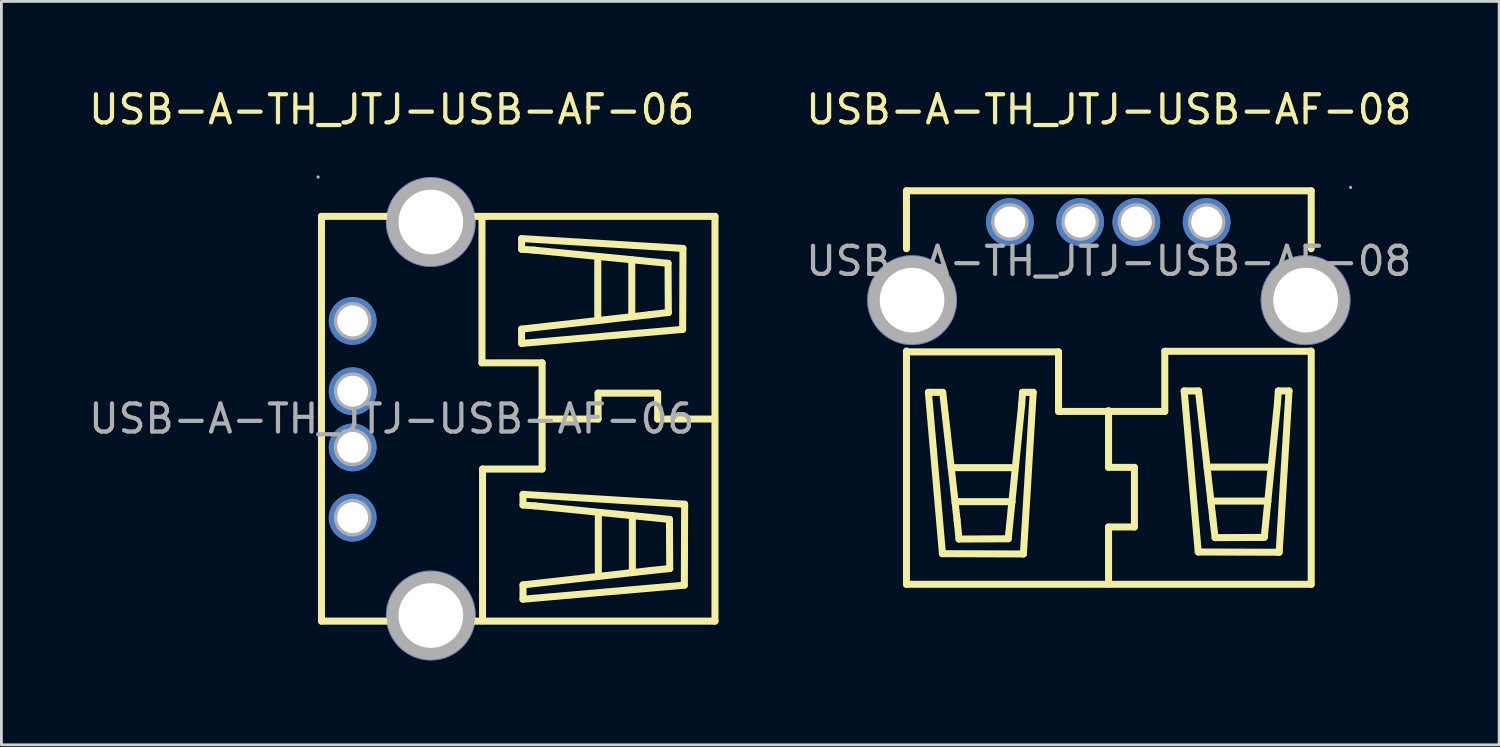
<source format=kicad_pcb>
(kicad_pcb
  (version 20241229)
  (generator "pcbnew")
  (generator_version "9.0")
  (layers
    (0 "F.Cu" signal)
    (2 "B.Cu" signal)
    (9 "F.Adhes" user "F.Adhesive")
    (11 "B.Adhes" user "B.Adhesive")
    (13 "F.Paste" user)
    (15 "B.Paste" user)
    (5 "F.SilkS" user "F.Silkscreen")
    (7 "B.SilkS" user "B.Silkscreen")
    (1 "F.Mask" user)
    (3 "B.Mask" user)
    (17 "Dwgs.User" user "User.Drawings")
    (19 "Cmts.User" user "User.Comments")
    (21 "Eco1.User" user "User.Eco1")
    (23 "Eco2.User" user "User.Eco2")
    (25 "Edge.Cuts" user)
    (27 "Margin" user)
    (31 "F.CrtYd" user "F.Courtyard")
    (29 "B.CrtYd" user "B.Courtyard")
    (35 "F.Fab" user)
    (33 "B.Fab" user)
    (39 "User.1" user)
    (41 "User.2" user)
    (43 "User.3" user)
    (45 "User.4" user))
  (footprint "USB-A-TH_JTJ-USB-AF-08"
    (layer "F.Cu")
    (at 36.399 6.238)
    (property "Reference" "USB-A-TH_JTJ-USB-AF-08" (at 0 -5.39 0) (layer "F.SilkS") (effects (font (size 1 1) (thickness 0.15))))
    (attr through_hole)
    (fp_line (start -7.2 -2.5) (end -7.2 -0.44) (stroke (width 0.25) (type solid)) (layer "F.SilkS"))
    (fp_line (start -7.2 -2.5) (end 7.2 -2.5) (stroke (width 0.25) (type solid)) (layer "F.SilkS"))
    (fp_line (start -7.2 3.2) (end -7.2 11.5) (stroke (width 0.25) (type solid)) (layer "F.SilkS"))
    (fp_line (start -7.2 11.5) (end 7.2 11.5) (stroke (width 0.25) (type solid)) (layer "F.SilkS"))
    (fp_line (start -6.42 4.67) (end -5.91 4.67) (stroke (width 0.25) (type solid)) (layer "F.SilkS"))
    (fp_line (start -5.92 10.41) (end -6.42 4.67) (stroke (width 0.25) (type solid)) (layer "F.SilkS"))
    (fp_line (start -5.91 4.67) (end -5.4 9.21) (stroke (width 0.25) (type solid)) (layer "F.SilkS"))
    (fp_line (start -5.61 7.35) (end -3.35 7.35) (stroke (width 0.25) (type solid)) (layer "F.SilkS"))
    (fp_line (start -5.47 8.56) (end -3.44 8.56) (stroke (width 0.25) (type solid)) (layer "F.SilkS"))
    (fp_line (start -5.4 9.21) (end -5.33 9.89) (stroke (width 0.25) (type solid)) (layer "F.SilkS"))
    (fp_line (start -5.33 9.89) (end -3.58 9.88) (stroke (width 0.25) (type solid)) (layer "F.SilkS"))
    (fp_line (start -3.58 9.88) (end -3.1 5.1) (stroke (width 0.25) (type solid)) (layer "F.SilkS"))
    (fp_line (start -3.1 5.1) (end -3.07 4.67) (stroke (width 0.25) (type solid)) (layer "F.SilkS"))
    (fp_line (start -3.07 4.67) (end -2.69 4.67) (stroke (width 0.25) (type solid)) (layer "F.SilkS"))
    (fp_line (start -3.04 10.42) (end -5.92 10.41) (stroke (width 0.25) (type solid)) (layer "F.SilkS"))
    (fp_line (start -2.69 4.67) (end -3.04 10.42) (stroke (width 0.25) (type solid)) (layer "F.SilkS"))
    (fp_line (start -1.79 3.23) (end -7.19 3.23) (stroke (width 0.25) (type solid)) (layer "F.SilkS"))
    (fp_line (start -1.79 5.35) (end -1.79 3.23) (stroke (width 0.25) (type solid)) (layer "F.SilkS"))
    (fp_line (start -0.01 5.32) (end -0.01 7.34) (stroke (width 0.25) (type solid)) (layer "F.SilkS"))
    (fp_line (start -0.01 7.34) (end 0.91 7.34) (stroke (width 0.25) (type solid)) (layer "F.SilkS"))
    (fp_line (start -0.01 9.46) (end -0.01 11.49) (stroke (width 0.25) (type solid)) (layer "F.SilkS"))
    (fp_line (start 0.91 7.34) (end 0.91 9.46) (stroke (width 0.25) (type solid)) (layer "F.SilkS"))
    (fp_line (start 0.91 9.46) (end -0.01 9.46) (stroke (width 0.25) (type solid)) (layer "F.SilkS"))
    (fp_line (start 1.99 3.21) (end 1.99 5.35) (stroke (width 0.25) (type solid)) (layer "F.SilkS"))
    (fp_line (start 1.99 5.35) (end -1.79 5.35) (stroke (width 0.25) (type solid)) (layer "F.SilkS"))
    (fp_line (start 2.68 4.62) (end 3.19 4.62) (stroke (width 0.25) (type solid)) (layer "F.SilkS"))
    (fp_line (start 3.18 10.35) (end 2.68 4.62) (stroke (width 0.25) (type solid)) (layer "F.SilkS"))
    (fp_line (start 3.19 4.62) (end 3.7 9.16) (stroke (width 0.25) (type solid)) (layer "F.SilkS"))
    (fp_line (start 3.49 7.33) (end 5.75 7.33) (stroke (width 0.25) (type solid)) (layer "F.SilkS"))
    (fp_line (start 3.63 8.54) (end 5.66 8.54) (stroke (width 0.25) (type solid)) (layer "F.SilkS"))
    (fp_line (start 3.7 9.16) (end 3.78 9.84) (stroke (width 0.25) (type solid)) (layer "F.SilkS"))
    (fp_line (start 3.78 9.84) (end 5.53 9.83) (stroke (width 0.25) (type solid)) (layer "F.SilkS"))
    (fp_line (start 5.53 9.83) (end 6 5.05) (stroke (width 0.25) (type solid)) (layer "F.SilkS"))
    (fp_line (start 6 5.05) (end 6.03 4.62) (stroke (width 0.25) (type solid)) (layer "F.SilkS"))
    (fp_line (start 6.03 4.62) (end 6.41 4.62) (stroke (width 0.25) (type solid)) (layer "F.SilkS"))
    (fp_line (start 6.06 10.36) (end 3.18 10.35) (stroke (width 0.25) (type solid)) (layer "F.SilkS"))
    (fp_line (start 6.41 4.62) (end 6.06 10.36) (stroke (width 0.25) (type solid)) (layer "F.SilkS"))
    (fp_line (start 7.19 3.21) (end 1.99 3.21) (stroke (width 0.25) (type solid)) (layer "F.SilkS"))
    (fp_line (start 7.2 -2.5) (end 7.2 -0.44) (stroke (width 0.25) (type solid)) (layer "F.SilkS"))
    (fp_line (start 7.2 3.2) (end 7.2 11.5) (stroke (width 0.25) (type solid)) (layer "F.SilkS"))
    (fp_circle (center -7 1.39) (end -6.48 1.39) (stroke (width 1.05) (type solid)) (fill no) (layer "F.Fab"))
    (fp_circle (center -3.52 -1.39) (end -3.3 -1.39) (stroke (width 0.45) (type solid)) (fill no) (layer "F.Fab"))
    (fp_circle (center -1.02 -1.39) (end -0.8 -1.39) (stroke (width 0.45) (type solid)) (fill no) (layer "F.Fab"))
    (fp_circle (center 0.98 -1.39) (end 1.2 -1.39) (stroke (width 0.45) (type solid)) (fill no) (layer "F.Fab"))
    (fp_circle (center 3.48 -1.39) (end 3.7 -1.39) (stroke (width 0.45) (type solid)) (fill no) (layer "F.Fab"))
    (fp_circle (center 7 1.39) (end 7.52 1.39) (stroke (width 1.05) (type solid)) (fill no) (layer "F.Fab"))
    (fp_circle (center 8.6 -2.62) (end 8.63 -2.62) (stroke (width 0.06) (type solid)) (fill no) (layer "F.Fab"))
    (fp_text user "${REFERENCE}" (at 0 0 0) (layer "F.Fab") (effects (font (size 1 1) (thickness 0.15))))
    (pad "1" thru_hole circle (at 3.48 -1.39 270) (size 1.7 1.7) (drill 1.1) (layers "*.Cu" "*.Paste" "*.Mask"))
    (pad "2" thru_hole circle (at 0.98 -1.39 270) (size 1.7 1.7) (drill 1.1) (layers "*.Cu" "*.Paste" "*.Mask"))
    (pad "3" thru_hole circle (at -1.02 -1.39 270) (size 1.7 1.7) (drill 1.1) (layers "*.Cu" "*.Paste" "*.Mask"))
    (pad "4" thru_hole circle (at -3.52 -1.39 270) (size 1.7 1.7) (drill 1.1) (layers "*.Cu" "*.Paste" "*.Mask"))
    (pad "5" thru_hole circle (at -7 1.39 90) (size 3.2 3.2) (drill 2.3) (layers "*.Cu" "*.Paste" "*.Mask"))
    (pad "6" thru_hole circle (at 7 1.39 90) (size 3.2 3.2) (drill 2.3) (layers "*.Cu" "*.Paste" "*.Mask")))
  (footprint "USB-A-TH_JTJ-USB-AF-06"
    (layer "F.Cu")
    (at 10.887 11.848)
    (property "Reference" "USB-A-TH_JTJ-USB-AF-06" (at 0 -11 0) (layer "F.SilkS") (effects (font (size 1 1) (thickness 0.15))))
    (attr through_hole)
    (fp_line (start -2.5 7.2) (end -2.5 -7.2) (stroke (width 0.25) (type solid)) (layer "F.SilkS"))
    (fp_line (start 3.21 -7.19) (end 3.21 -1.99) (stroke (width 0.25) (type solid)) (layer "F.SilkS"))
    (fp_line (start 3.21 -1.99) (end 5.35 -1.99) (stroke (width 0.25) (type solid)) (layer "F.SilkS"))
    (fp_line (start 3.23 1.79) (end 3.23 7.19) (stroke (width 0.25) (type solid)) (layer "F.SilkS"))
    (fp_line (start 4.62 -6.41) (end 10.36 -6.06) (stroke (width 0.25) (type solid)) (layer "F.SilkS"))
    (fp_line (start 4.62 -6.03) (end 4.62 -6.41) (stroke (width 0.25) (type solid)) (layer "F.SilkS"))
    (fp_line (start 4.62 -3.19) (end 9.16 -3.7) (stroke (width 0.25) (type solid)) (layer "F.SilkS"))
    (fp_line (start 4.62 -2.68) (end 4.62 -3.19) (stroke (width 0.25) (type solid)) (layer "F.SilkS"))
    (fp_line (start 4.67 2.69) (end 10.42 3.04) (stroke (width 0.25) (type solid)) (layer "F.SilkS"))
    (fp_line (start 4.67 3.07) (end 4.67 2.69) (stroke (width 0.25) (type solid)) (layer "F.SilkS"))
    (fp_line (start 4.67 5.91) (end 9.21 5.4) (stroke (width 0.25) (type solid)) (layer "F.SilkS"))
    (fp_line (start 4.67 6.42) (end 4.67 5.91) (stroke (width 0.25) (type solid)) (layer "F.SilkS"))
    (fp_line (start 5.05 -6) (end 4.62 -6.03) (stroke (width 0.25) (type solid)) (layer "F.SilkS"))
    (fp_line (start 5.1 3.1) (end 4.67 3.07) (stroke (width 0.25) (type solid)) (layer "F.SilkS"))
    (fp_line (start 5.32 0.01) (end 7.34 0.01) (stroke (width 0.25) (type solid)) (layer "F.SilkS"))
    (fp_line (start 5.35 -1.99) (end 5.35 1.79) (stroke (width 0.25) (type solid)) (layer "F.SilkS"))
    (fp_line (start 5.35 1.79) (end 3.23 1.79) (stroke (width 0.25) (type solid)) (layer "F.SilkS"))
    (fp_line (start 7.33 -3.49) (end 7.33 -5.75) (stroke (width 0.25) (type solid)) (layer "F.SilkS"))
    (fp_line (start 7.34 -0.91) (end 9.46 -0.91) (stroke (width 0.25) (type solid)) (layer "F.SilkS"))
    (fp_line (start 7.34 0.01) (end 7.34 -0.91) (stroke (width 0.25) (type solid)) (layer "F.SilkS"))
    (fp_line (start 7.35 5.61) (end 7.35 3.35) (stroke (width 0.25) (type solid)) (layer "F.SilkS"))
    (fp_line (start 8.54 -3.63) (end 8.54 -5.66) (stroke (width 0.25) (type solid)) (layer "F.SilkS"))
    (fp_line (start 8.56 5.47) (end 8.56 3.44) (stroke (width 0.25) (type solid)) (layer "F.SilkS"))
    (fp_line (start 9.16 -3.7) (end 9.84 -3.78) (stroke (width 0.25) (type solid)) (layer "F.SilkS"))
    (fp_line (start 9.21 5.4) (end 9.89 5.33) (stroke (width 0.25) (type solid)) (layer "F.SilkS"))
    (fp_line (start 9.46 -0.91) (end 9.46 0.01) (stroke (width 0.25) (type solid)) (layer "F.SilkS"))
    (fp_line (start 9.46 0.01) (end 11.49 0.01) (stroke (width 0.25) (type solid)) (layer "F.SilkS"))
    (fp_line (start 9.83 -5.53) (end 5.05 -6) (stroke (width 0.25) (type solid)) (layer "F.SilkS"))
    (fp_line (start 9.84 -3.78) (end 9.83 -5.53) (stroke (width 0.25) (type solid)) (layer "F.SilkS"))
    (fp_line (start 9.88 3.58) (end 5.1 3.1) (stroke (width 0.25) (type solid)) (layer "F.SilkS"))
    (fp_line (start 9.89 5.33) (end 9.88 3.58) (stroke (width 0.25) (type solid)) (layer "F.SilkS"))
    (fp_line (start 10.35 -3.18) (end 4.62 -2.68) (stroke (width 0.25) (type solid)) (layer "F.SilkS"))
    (fp_line (start 10.36 -6.06) (end 10.35 -3.18) (stroke (width 0.25) (type solid)) (layer "F.SilkS"))
    (fp_line (start 10.41 5.92) (end 4.67 6.42) (stroke (width 0.25) (type solid)) (layer "F.SilkS"))
    (fp_line (start 10.42 3.04) (end 10.41 5.92) (stroke (width 0.25) (type solid)) (layer "F.SilkS"))
    (fp_line (start 11.5 -7.2) (end -2.5 -7.2) (stroke (width 0.25) (type solid)) (layer "F.SilkS"))
    (fp_line (start 11.5 7.2) (end -2.5 7.2) (stroke (width 0.25) (type solid)) (layer "F.SilkS"))
    (fp_line (start 11.5 7.2) (end 11.5 -7.2) (stroke (width 0.25) (type solid)) (layer "F.SilkS"))
    (fp_circle (center -2.62 -8.6) (end -2.59 -8.6) (stroke (width 0.06) (type solid)) (fill no) (layer "F.Fab"))
    (fp_circle (center -1.39 -3.48) (end -1.17 -3.48) (stroke (width 0.45) (type solid)) (fill no) (layer "F.Fab"))
    (fp_circle (center -1.39 -0.98) (end -1.17 -0.98) (stroke (width 0.45) (type solid)) (fill no) (layer "F.Fab"))
    (fp_circle (center -1.39 1.02) (end -1.17 1.02) (stroke (width 0.45) (type solid)) (fill no) (layer "F.Fab"))
    (fp_circle (center -1.39 3.52) (end -1.17 3.52) (stroke (width 0.45) (type solid)) (fill no) (layer "F.Fab"))
    (fp_circle (center 1.39 -7) (end 1.91 -7) (stroke (width 1.05) (type solid)) (fill no) (layer "F.Fab"))
    (fp_circle (center 1.39 7) (end 1.91 7) (stroke (width 1.05) (type solid)) (fill no) (layer "F.Fab"))
    (fp_text user "${REFERENCE}" (at 0 0 0) (layer "F.Fab") (effects (font (size 1 1) (thickness 0.15))))
    (pad "1" thru_hole circle (at -1.39 -3.48) (size 1.7 1.7) (drill 1.1) (layers "*.Cu" "*.Paste" "*.Mask"))
    (pad "2" thru_hole circle (at -1.39 -0.98) (size 1.7 1.7) (drill 1.1) (layers "*.Cu" "*.Paste" "*.Mask"))
    (pad "3" thru_hole circle (at -1.39 1.02) (size 1.7 1.7) (drill 1.1) (layers "*.Cu" "*.Paste" "*.Mask"))
    (pad "4" thru_hole circle (at -1.39 3.52) (size 1.7 1.7) (drill 1.1) (layers "*.Cu" "*.Paste" "*.Mask"))
    (pad "5" thru_hole circle (at 1.39 7 180) (size 3.2 3.2) (drill 2.3) (layers "*.Cu" "*.Paste" "*.Mask"))
    (pad "6" thru_hole circle (at 1.39 -7 180) (size 3.2 3.2) (drill 2.3) (layers "*.Cu" "*.Paste" "*.Mask")))
  (gr_rect
    (start -3 -3)
    (end 50.286 23.448)
    (stroke (width 0.1) (type default))
    (fill no)
    (layer "Edge.Cuts")))
</source>
